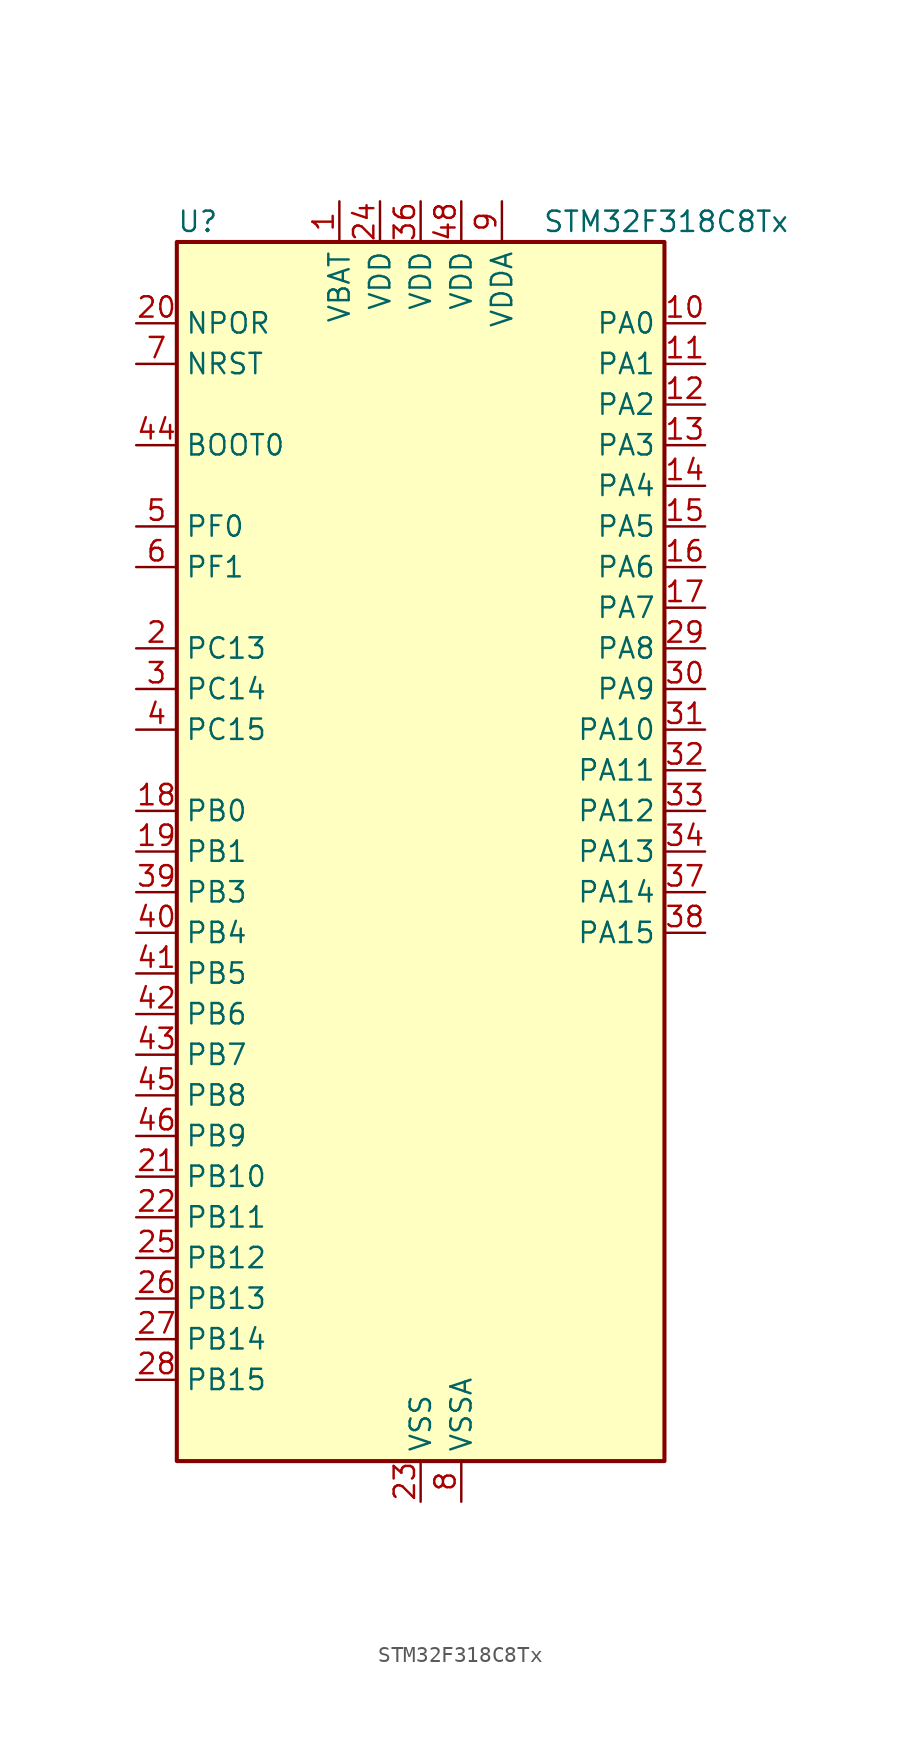
<source format=kicad_sym>
(kicad_symbol_lib
  (version 20241209)
  (generator "kicad_symbol_editor")
  (generator_version "9.0")
  (symbol "STM32F318C8Tx"
    (property "Reference" "U"
      (at -15.24 39.37 0)
      (effects (font (size 1.27 1.27)) (justify left)))
    (property "Value" "STM32F318C8Tx"
      (at 7.62 39.37 0)
      (effects (font (size 1.27 1.27)) (justify left)))
    (symbol "STM32F318C8Tx_0_1"
      (rectangle (start -15.24 -38.1) (end 15.24 38.1) (stroke (width 0.254) (type default)) (fill (type background))))
    (symbol "STM32F318C8Tx_1_1"
      (pin input line (at -17.78 33.02 0) (length 2.54) (name "NPOR" (effects (font (size 1.27 1.27)))) (number "20" (effects (font (size 1.27 1.27)))))
      (pin input line (at -17.78 30.48 0) (length 2.54) (name "NRST" (effects (font (size 1.27 1.27)))) (number "7" (effects (font (size 1.27 1.27)))))
      (pin input line (at -17.78 25.4 0) (length 2.54) (name "BOOT0" (effects (font (size 1.27 1.27)))) (number "44" (effects (font (size 1.27 1.27)))))
      (pin bidirectional line (at -17.78 20.32 0) (length 2.54) (name "PF0" (effects (font (size 1.27 1.27)))) (number "5" (effects (font (size 1.27 1.27)))) (alternate "I2C2_SDA" bidirectional line) (alternate "I2S2_WS" bidirectional line) (alternate "RCC_OSC_IN" bidirectional line) (alternate "SPI2_NSS" bidirectional line) (alternate "TIM1_CH3N" bidirectional line))
      (pin bidirectional line (at -17.78 17.78 0) (length 2.54) (name "PF1" (effects (font (size 1.27 1.27)))) (number "6" (effects (font (size 1.27 1.27)))) (alternate "I2C2_SCL" bidirectional line) (alternate "I2S2_CK" bidirectional line) (alternate "RCC_OSC_OUT" bidirectional line) (alternate "SPI2_SCK" bidirectional line))
      (pin bidirectional line (at -17.78 12.7 0) (length 2.54) (name "PC13" (effects (font (size 1.27 1.27)))) (number "2" (effects (font (size 1.27 1.27)))) (alternate "RTC_OUT_ALARM" bidirectional line) (alternate "RTC_OUT_CALIB" bidirectional line) (alternate "RTC_TAMP1" bidirectional line) (alternate "RTC_TS" bidirectional line) (alternate "SYS_WKUP2" bidirectional line) (alternate "TIM1_CH1N" bidirectional line))
      (pin bidirectional line (at -17.78 10.16 0) (length 2.54) (name "PC14" (effects (font (size 1.27 1.27)))) (number "3" (effects (font (size 1.27 1.27)))) (alternate "RCC_OSC32_IN" bidirectional line))
      (pin bidirectional line (at -17.78 7.62 0) (length 2.54) (name "PC15" (effects (font (size 1.27 1.27)))) (number "4" (effects (font (size 1.27 1.27)))) (alternate "ADC1_EXTI15" bidirectional line) (alternate "RCC_OSC32_OUT" bidirectional line))
      (pin bidirectional line (at -17.78 2.54 0) (length 2.54) (name "PB0" (effects (font (size 1.27 1.27)))) (number "18" (effects (font (size 1.27 1.27)))) (alternate "ADC1_IN11" bidirectional line) (alternate "COMP4_INP" bidirectional line) (alternate "OPAMP2_VINP" bidirectional line) (alternate "OPAMP2_VINP_SEC" bidirectional line) (alternate "TIM1_CH2N" bidirectional line) (alternate "TSC_G3_IO2" bidirectional line))
      (pin bidirectional line (at -17.78 0 0) (length 2.54) (name "PB1" (effects (font (size 1.27 1.27)))) (number "19" (effects (font (size 1.27 1.27)))) (alternate "ADC1_IN12" bidirectional line) (alternate "COMP4_OUT" bidirectional line) (alternate "TIM1_CH3N" bidirectional line) (alternate "TSC_G3_IO3" bidirectional line))
      (pin bidirectional line (at -17.78 -2.54 0) (length 2.54) (name "PB3" (effects (font (size 1.27 1.27)))) (number "39" (effects (font (size 1.27 1.27)))) (alternate "I2S3_CK" bidirectional line) (alternate "SPI3_SCK" bidirectional line) (alternate "SYS_JTDO-TRACESWO" bidirectional line) (alternate "TIM2_CH2" bidirectional line) (alternate "TSC_G5_IO1" bidirectional line) (alternate "USART2_TX" bidirectional line))
      (pin bidirectional line (at -17.78 -5.08 0) (length 2.54) (name "PB4" (effects (font (size 1.27 1.27)))) (number "40" (effects (font (size 1.27 1.27)))) (alternate "I2S3_ext_SD" bidirectional line) (alternate "SPI3_MISO" bidirectional line) (alternate "SYS_NJTRST" bidirectional line) (alternate "TIM16_CH1" bidirectional line) (alternate "TIM17_BKIN" bidirectional line) (alternate "TSC_G5_IO2" bidirectional line) (alternate "USART2_RX" bidirectional line))
      (pin bidirectional line (at -17.78 -7.62 0) (length 2.54) (name "PB5" (effects (font (size 1.27 1.27)))) (number "41" (effects (font (size 1.27 1.27)))) (alternate "I2C1_SMBA" bidirectional line) (alternate "I2C3_SDA" bidirectional line) (alternate "I2S3_SD" bidirectional line) (alternate "SPI3_MOSI" bidirectional line) (alternate "TIM16_BKIN" bidirectional line) (alternate "TIM17_CH1" bidirectional line) (alternate "USART2_CK" bidirectional line))
      (pin bidirectional line (at -17.78 -10.16 0) (length 2.54) (name "PB6" (effects (font (size 1.27 1.27)))) (number "42" (effects (font (size 1.27 1.27)))) (alternate "I2C1_SCL" bidirectional line) (alternate "TIM16_CH1N" bidirectional line) (alternate "TSC_G5_IO3" bidirectional line) (alternate "USART1_TX" bidirectional line))
      (pin bidirectional line (at -17.78 -12.7 0) (length 2.54) (name "PB7" (effects (font (size 1.27 1.27)))) (number "43" (effects (font (size 1.27 1.27)))) (alternate "I2C1_SDA" bidirectional line) (alternate "TIM17_CH1N" bidirectional line) (alternate "TSC_G5_IO4" bidirectional line) (alternate "USART1_RX" bidirectional line))
      (pin bidirectional line (at -17.78 -15.24 0) (length 2.54) (name "PB8" (effects (font (size 1.27 1.27)))) (number "45" (effects (font (size 1.27 1.27)))) (alternate "I2C1_SCL" bidirectional line) (alternate "TIM16_CH1" bidirectional line) (alternate "TIM1_BKIN" bidirectional line) (alternate "TSC_SYNC" bidirectional line) (alternate "USART3_RX" bidirectional line))
      (pin bidirectional line (at -17.78 -17.78 0) (length 2.54) (name "PB9" (effects (font (size 1.27 1.27)))) (number "46" (effects (font (size 1.27 1.27)))) (alternate "COMP2_OUT" bidirectional line) (alternate "DAC_EXTI9" bidirectional line) (alternate "I2C1_SDA" bidirectional line) (alternate "IR_OUT" bidirectional line) (alternate "TIM17_CH1" bidirectional line) (alternate "USART3_TX" bidirectional line))
      (pin bidirectional line (at -17.78 -20.32 0) (length 2.54) (name "PB10" (effects (font (size 1.27 1.27)))) (number "21" (effects (font (size 1.27 1.27)))) (alternate "TIM2_CH3" bidirectional line) (alternate "TSC_SYNC" bidirectional line) (alternate "USART3_TX" bidirectional line))
      (pin bidirectional line (at -17.78 -22.86 0) (length 2.54) (name "PB11" (effects (font (size 1.27 1.27)))) (number "22" (effects (font (size 1.27 1.27)))) (alternate "ADC1_EXTI11" bidirectional line) (alternate "ADC1_IN14" bidirectional line) (alternate "COMP6_INP" bidirectional line) (alternate "TIM2_CH4" bidirectional line) (alternate "TSC_G6_IO1" bidirectional line) (alternate "USART3_RX" bidirectional line))
      (pin bidirectional line (at -17.78 -25.4 0) (length 2.54) (name "PB12" (effects (font (size 1.27 1.27)))) (number "25" (effects (font (size 1.27 1.27)))) (alternate "I2C2_SMBA" bidirectional line) (alternate "I2S2_WS" bidirectional line) (alternate "SPI2_NSS" bidirectional line) (alternate "TIM1_BKIN" bidirectional line) (alternate "TSC_G6_IO2" bidirectional line) (alternate "USART3_CK" bidirectional line))
      (pin bidirectional line (at -17.78 -27.94 0) (length 2.54) (name "PB13" (effects (font (size 1.27 1.27)))) (number "26" (effects (font (size 1.27 1.27)))) (alternate "ADC1_IN13" bidirectional line) (alternate "I2S2_CK" bidirectional line) (alternate "SPI2_SCK" bidirectional line) (alternate "TIM1_CH1N" bidirectional line) (alternate "TSC_G6_IO3" bidirectional line) (alternate "USART3_CTS" bidirectional line))
      (pin bidirectional line (at -17.78 -30.48 0) (length 2.54) (name "PB14" (effects (font (size 1.27 1.27)))) (number "27" (effects (font (size 1.27 1.27)))) (alternate "I2S2_ext_SD" bidirectional line) (alternate "OPAMP2_VINP" bidirectional line) (alternate "OPAMP2_VINP_SEC" bidirectional line) (alternate "SPI2_MISO" bidirectional line) (alternate "TIM15_CH1" bidirectional line) (alternate "TIM1_CH2N" bidirectional line) (alternate "TSC_G6_IO4" bidirectional line) (alternate "USART3_DE" bidirectional line) (alternate "USART3_RTS" bidirectional line))
      (pin bidirectional line (at -17.78 -33.02 0) (length 2.54) (name "PB15" (effects (font (size 1.27 1.27)))) (number "28" (effects (font (size 1.27 1.27)))) (alternate "ADC1_EXTI15" bidirectional line) (alternate "COMP6_INM" bidirectional line) (alternate "I2S2_SD" bidirectional line) (alternate "RTC_REFIN" bidirectional line) (alternate "SPI2_MOSI" bidirectional line) (alternate "TIM15_CH1N" bidirectional line) (alternate "TIM15_CH2" bidirectional line) (alternate "TIM1_CH3N" bidirectional line))
      (pin power_in line (at -5.08 40.64 270) (length 2.54) (name "VBAT" (effects (font (size 1.27 1.27)))) (number "1" (effects (font (size 1.27 1.27)))))
      (pin power_in line (at -2.54 40.64 270) (length 2.54) (name "VDD" (effects (font (size 1.27 1.27)))) (number "24" (effects (font (size 1.27 1.27)))))
      (pin power_in line (at 0 40.64 270) (length 2.54) (name "VDD" (effects (font (size 1.27 1.27)))) (number "36" (effects (font (size 1.27 1.27)))))
      (pin power_in line (at 0 -40.64 90) (length 2.54) (name "VSS" (effects (font (size 1.27 1.27)))) (number "23" (effects (font (size 1.27 1.27)))))
      (pin passive line (at 0 -40.64 90) (length 2.54) (hide yes) (name "VSS" (effects (font (size 1.27 1.27)))) (number "35" (effects (font (size 1.27 1.27)))))
      (pin passive line (at 0 -40.64 90) (length 2.54) (hide yes) (name "VSS" (effects (font (size 1.27 1.27)))) (number "47" (effects (font (size 1.27 1.27)))))
      (pin power_in line (at 2.54 40.64 270) (length 2.54) (name "VDD" (effects (font (size 1.27 1.27)))) (number "48" (effects (font (size 1.27 1.27)))))
      (pin power_in line (at 2.54 -40.64 90) (length 2.54) (name "VSSA" (effects (font (size 1.27 1.27)))) (number "8" (effects (font (size 1.27 1.27)))))
      (pin power_in line (at 5.08 40.64 270) (length 2.54) (name "VDDA" (effects (font (size 1.27 1.27)))) (number "9" (effects (font (size 1.27 1.27)))))
      (pin bidirectional line (at 17.78 33.02 180) (length 2.54) (name "PA0" (effects (font (size 1.27 1.27)))) (number "10" (effects (font (size 1.27 1.27)))) (alternate "ADC1_IN1" bidirectional line) (alternate "RTC_TAMP2" bidirectional line) (alternate "SYS_WKUP1" bidirectional line) (alternate "TIM2_CH1" bidirectional line) (alternate "TIM2_ETR" bidirectional line) (alternate "TSC_G1_IO1" bidirectional line) (alternate "USART2_CTS" bidirectional line))
      (pin bidirectional line (at 17.78 30.48 180) (length 2.54) (name "PA1" (effects (font (size 1.27 1.27)))) (number "11" (effects (font (size 1.27 1.27)))) (alternate "ADC1_IN2" bidirectional line) (alternate "RTC_REFIN" bidirectional line) (alternate "TIM15_CH1N" bidirectional line) (alternate "TIM2_CH2" bidirectional line) (alternate "TSC_G1_IO2" bidirectional line) (alternate "USART2_DE" bidirectional line) (alternate "USART2_RTS" bidirectional line))
      (pin bidirectional line (at 17.78 27.94 180) (length 2.54) (name "PA2" (effects (font (size 1.27 1.27)))) (number "12" (effects (font (size 1.27 1.27)))) (alternate "ADC1_IN3" bidirectional line) (alternate "COMP2_INM" bidirectional line) (alternate "COMP2_OUT" bidirectional line) (alternate "TIM15_CH1" bidirectional line) (alternate "TIM2_CH3" bidirectional line) (alternate "TSC_G1_IO3" bidirectional line) (alternate "USART2_TX" bidirectional line))
      (pin bidirectional line (at 17.78 25.4 180) (length 2.54) (name "PA3" (effects (font (size 1.27 1.27)))) (number "13" (effects (font (size 1.27 1.27)))) (alternate "ADC1_IN4" bidirectional line) (alternate "TIM15_CH2" bidirectional line) (alternate "TIM2_CH4" bidirectional line) (alternate "TSC_G1_IO4" bidirectional line) (alternate "USART2_RX" bidirectional line))
      (pin bidirectional line (at 17.78 22.86 180) (length 2.54) (name "PA4" (effects (font (size 1.27 1.27)))) (number "14" (effects (font (size 1.27 1.27)))) (alternate "ADC1_IN5" bidirectional line) (alternate "COMP2_INM" bidirectional line) (alternate "COMP4_INM" bidirectional line) (alternate "COMP6_INM" bidirectional line) (alternate "DAC_OUT1" bidirectional line) (alternate "I2S3_WS" bidirectional line) (alternate "SPI3_NSS" bidirectional line) (alternate "TSC_G2_IO1" bidirectional line) (alternate "USART2_CK" bidirectional line))
      (pin bidirectional line (at 17.78 20.32 180) (length 2.54) (name "PA5" (effects (font (size 1.27 1.27)))) (number "15" (effects (font (size 1.27 1.27)))) (alternate "OPAMP2_VINM" bidirectional line) (alternate "OPAMP2_VINM_SEC" bidirectional line) (alternate "TIM2_CH1" bidirectional line) (alternate "TIM2_ETR" bidirectional line) (alternate "TSC_G2_IO2" bidirectional line))
      (pin bidirectional line (at 17.78 17.78 180) (length 2.54) (name "PA6" (effects (font (size 1.27 1.27)))) (number "16" (effects (font (size 1.27 1.27)))) (alternate "ADC1_IN10" bidirectional line) (alternate "OPAMP2_VOUT" bidirectional line) (alternate "TIM16_CH1" bidirectional line) (alternate "TIM1_BKIN" bidirectional line) (alternate "TSC_G2_IO3" bidirectional line))
      (pin bidirectional line (at 17.78 15.24 180) (length 2.54) (name "PA7" (effects (font (size 1.27 1.27)))) (number "17" (effects (font (size 1.27 1.27)))) (alternate "ADC1_IN15" bidirectional line) (alternate "COMP2_INP" bidirectional line) (alternate "OPAMP2_VINP" bidirectional line) (alternate "OPAMP2_VINP_SEC" bidirectional line) (alternate "TIM17_CH1" bidirectional line) (alternate "TIM1_CH1N" bidirectional line) (alternate "TSC_G2_IO4" bidirectional line))
      (pin bidirectional line (at 17.78 12.7 180) (length 2.54) (name "PA8" (effects (font (size 1.27 1.27)))) (number "29" (effects (font (size 1.27 1.27)))) (alternate "I2C2_SMBA" bidirectional line) (alternate "I2C3_SCL" bidirectional line) (alternate "I2S2_MCK" bidirectional line) (alternate "RCC_MCO" bidirectional line) (alternate "TIM1_CH1" bidirectional line) (alternate "USART1_CK" bidirectional line))
      (pin bidirectional line (at 17.78 10.16 180) (length 2.54) (name "PA9" (effects (font (size 1.27 1.27)))) (number "30" (effects (font (size 1.27 1.27)))) (alternate "DAC_EXTI9" bidirectional line) (alternate "I2C2_SCL" bidirectional line) (alternate "I2C3_SMBA" bidirectional line) (alternate "I2S3_MCK" bidirectional line) (alternate "TIM15_BKIN" bidirectional line) (alternate "TIM1_CH2" bidirectional line) (alternate "TIM2_CH3" bidirectional line) (alternate "TSC_G4_IO1" bidirectional line) (alternate "USART1_TX" bidirectional line))
      (pin bidirectional line (at 17.78 7.62 180) (length 2.54) (name "PA10" (effects (font (size 1.27 1.27)))) (number "31" (effects (font (size 1.27 1.27)))) (alternate "COMP6_OUT" bidirectional line) (alternate "I2C2_SDA" bidirectional line) (alternate "I2S2_ext_SD" bidirectional line) (alternate "SPI2_MISO" bidirectional line) (alternate "TIM17_BKIN" bidirectional line) (alternate "TIM1_CH3" bidirectional line) (alternate "TIM2_CH4" bidirectional line) (alternate "TSC_G4_IO2" bidirectional line) (alternate "USART1_RX" bidirectional line))
      (pin bidirectional line (at 17.78 5.08 180) (length 2.54) (name "PA11" (effects (font (size 1.27 1.27)))) (number "32" (effects (font (size 1.27 1.27)))) (alternate "ADC1_EXTI11" bidirectional line) (alternate "I2S2_SD" bidirectional line) (alternate "SPI2_MOSI" bidirectional line) (alternate "TIM1_BKIN2" bidirectional line) (alternate "TIM1_CH1N" bidirectional line) (alternate "TIM1_CH4" bidirectional line) (alternate "USART1_CTS" bidirectional line))
      (pin bidirectional line (at 17.78 2.54 180) (length 2.54) (name "PA12" (effects (font (size 1.27 1.27)))) (number "33" (effects (font (size 1.27 1.27)))) (alternate "COMP2_OUT" bidirectional line) (alternate "I2S_CKIN" bidirectional line) (alternate "TIM16_CH1" bidirectional line) (alternate "TIM1_CH2N" bidirectional line) (alternate "TIM1_ETR" bidirectional line) (alternate "USART1_DE" bidirectional line) (alternate "USART1_RTS" bidirectional line))
      (pin bidirectional line (at 17.78 0 180) (length 2.54) (name "PA13" (effects (font (size 1.27 1.27)))) (number "34" (effects (font (size 1.27 1.27)))) (alternate "IR_OUT" bidirectional line) (alternate "SYS_JTMS-SWDIO" bidirectional line) (alternate "TIM16_CH1N" bidirectional line) (alternate "TSC_G4_IO3" bidirectional line) (alternate "USART3_CTS" bidirectional line))
      (pin bidirectional line (at 17.78 -2.54 180) (length 2.54) (name "PA14" (effects (font (size 1.27 1.27)))) (number "37" (effects (font (size 1.27 1.27)))) (alternate "I2C1_SDA" bidirectional line) (alternate "SYS_JTCK-SWCLK" bidirectional line) (alternate "TIM1_BKIN" bidirectional line) (alternate "TSC_G4_IO4" bidirectional line) (alternate "USART2_TX" bidirectional line))
      (pin bidirectional line (at 17.78 -5.08 180) (length 2.54) (name "PA15" (effects (font (size 1.27 1.27)))) (number "38" (effects (font (size 1.27 1.27)))) (alternate "ADC1_EXTI15" bidirectional line) (alternate "I2C1_SCL" bidirectional line) (alternate "I2S3_WS" bidirectional line) (alternate "SPI3_NSS" bidirectional line) (alternate "SYS_JTDI" bidirectional line) (alternate "TIM1_BKIN" bidirectional line) (alternate "TIM2_CH1" bidirectional line) (alternate "TIM2_ETR" bidirectional line) (alternate "TSC_SYNC" bidirectional line) (alternate "USART2_RX" bidirectional line)))))
</source>
